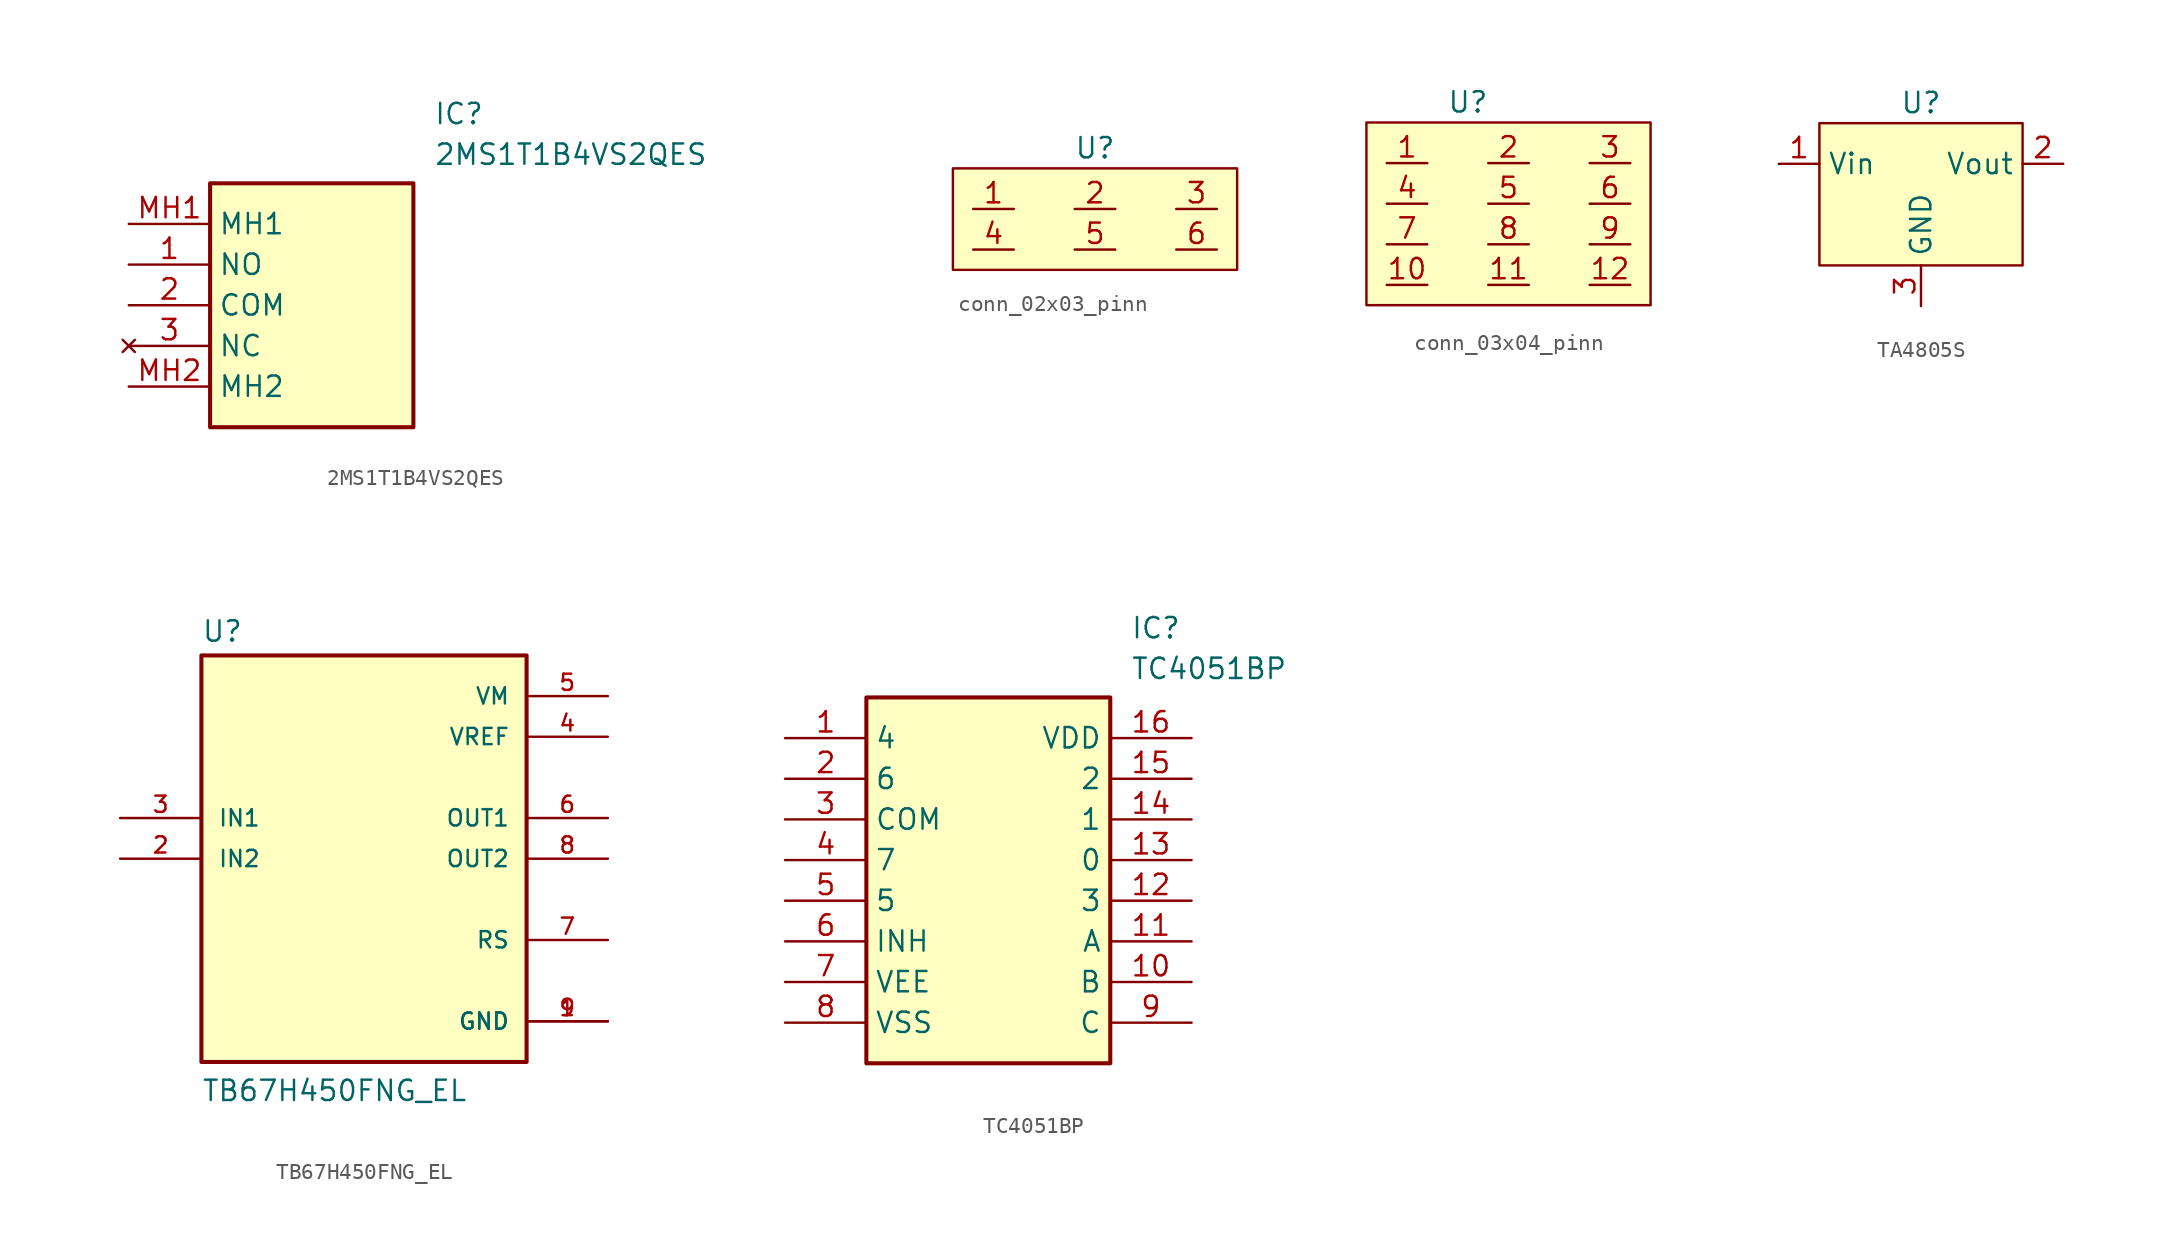
<source format=kicad_sym>
(kicad_symbol_lib
  (version 20220914)
  (generator kicad_symbol_editor)
  (symbol "2MS1T1B4VS2QES"
    (property "Reference" "IC"
      (at 19.05 7.62 0)
      (effects (font (size 1.27 1.27)) (justify left top)))
    (property "Value" "2MS1T1B4VS2QES"
      (at 19.05 5.08 0)
      (effects (font (size 1.27 1.27)) (justify left top)))
    (symbol "2MS1T1B4VS2QES_1_1"
      (rectangle (start 5.08 2.54) (end 17.78 -12.7) (stroke (width 0.254) (type default)) (fill (type background)))
      (pin passive line (at 0 -2.54 0) (length 5.08) (name "NO" (effects (font (size 1.27 1.27)))) (number "1" (effects (font (size 1.27 1.27)))))
      (pin passive line (at 0 -5.08 0) (length 5.08) (name "COM" (effects (font (size 1.27 1.27)))) (number "2" (effects (font (size 1.27 1.27)))))
      (pin no_connect line (at 0 -7.62 0) (length 5.08) (name "NC" (effects (font (size 1.27 1.27)))) (number "3" (effects (font (size 1.27 1.27)))))
      (pin passive line (at 0 0 0) (length 5.08) (name "MH1" (effects (font (size 1.27 1.27)))) (number "MH1" (effects (font (size 1.27 1.27)))))
      (pin passive line (at 0 -10.16 0) (length 5.08) (name "MH2" (effects (font (size 1.27 1.27)))) (number "MH2" (effects (font (size 1.27 1.27)))))))
  (symbol "conn_02x03_pinn"
    (property "Reference" "U"
      (at 8.89 1.27 0)
      (effects (font (size 1.27 1.27))))
    (property "Value" ""
      (at -5.08 5.08 0)
      (effects (font (size 1.27 1.27))))
    (symbol "conn_02x03_pinn_0_0"
      (pin passive line (at 1.27 -2.54 0) (length 2.54) (name "" (effects (font (size 1.27 1.27)))) (number "1" (effects (font (size 1.27 1.27)))))
      (pin passive line (at 7.62 -2.54 0) (length 2.54) (name "" (effects (font (size 1.27 1.27)))) (number "2" (effects (font (size 1.27 1.27)))))
      (pin passive line (at 13.97 -2.54 0) (length 2.54) (name "" (effects (font (size 1.27 1.27)))) (number "3" (effects (font (size 1.27 1.27)))))
      (pin passive line (at 1.27 -5.08 0) (length 2.54) (name "" (effects (font (size 1.27 1.27)))) (number "4" (effects (font (size 1.27 1.27)))))
      (pin passive line (at 7.62 -5.08 0) (length 2.54) (name "" (effects (font (size 1.27 1.27)))) (number "5" (effects (font (size 1.27 1.27)))))
      (pin passive line (at 13.97 -5.08 0) (length 2.54) (name "" (effects (font (size 1.27 1.27)))) (number "6" (effects (font (size 1.27 1.27))))))
    (symbol "conn_02x03_pinn_1_1"
      (rectangle (start 0 0) (end 17.78 -6.35) (stroke (width 0) (type default)) (fill (type background)))))
  (symbol "conn_03x04_pinn"
    (property "Reference" "U"
      (at 5.08 3.81 0)
      (effects (font (size 1.27 1.27))))
    (property "Value" ""
      (at 0 0 0)
      (effects (font (size 1.27 1.27))))
    (symbol "conn_03x04_pinn_0_0"
      (pin passive line (at 0 0 0) (length 2.54) (name "" (effects (font (size 1.27 1.27)))) (number "1" (effects (font (size 1.27 1.27)))))
      (pin passive line (at 0 -7.62 0) (length 2.54) (name "" (effects (font (size 1.27 1.27)))) (number "10" (effects (font (size 1.27 1.27)))))
      (pin open_emitter line (at 6.35 -7.62 0) (length 2.54) (name "" (effects (font (size 1.27 1.27)))) (number "11" (effects (font (size 1.27 1.27)))))
      (pin passive line (at 12.7 -7.62 0) (length 2.54) (name "" (effects (font (size 1.27 1.27)))) (number "12" (effects (font (size 1.27 1.27)))))
      (pin passive line (at 6.35 0 0) (length 2.54) (name "" (effects (font (size 1.27 1.27)))) (number "2" (effects (font (size 1.27 1.27)))))
      (pin passive line (at 12.7 0 0) (length 2.54) (name "" (effects (font (size 1.27 1.27)))) (number "3" (effects (font (size 1.27 1.27)))))
      (pin passive line (at 0 -2.54 0) (length 2.54) (name "" (effects (font (size 1.27 1.27)))) (number "4" (effects (font (size 1.27 1.27)))))
      (pin passive line (at 6.35 -2.54 0) (length 2.54) (name "" (effects (font (size 1.27 1.27)))) (number "5" (effects (font (size 1.27 1.27)))))
      (pin passive line (at 12.7 -2.54 0) (length 2.54) (name "" (effects (font (size 1.27 1.27)))) (number "6" (effects (font (size 1.27 1.27)))))
      (pin passive line (at 0 -5.08 0) (length 2.54) (name "" (effects (font (size 1.27 1.27)))) (number "7" (effects (font (size 1.27 1.27)))))
      (pin passive line (at 6.35 -5.08 0) (length 2.54) (name "" (effects (font (size 1.27 1.27)))) (number "8" (effects (font (size 1.27 1.27)))))
      (pin passive line (at 12.7 -5.08 0) (length 2.54) (name "" (effects (font (size 1.27 1.27)))) (number "9" (effects (font (size 1.27 1.27))))))
    (symbol "conn_03x04_pinn_1_1"
      (rectangle (start -1.27 2.54) (end 16.51 -8.89) (stroke (width 0) (type default)) (fill (type background)))))
  (symbol "TA4805S"
    (property "Reference" "U"
      (at 2.54 3.81 0)
      (effects (font (size 1.27 1.27))))
    (property "Value" ""
      (at 0 0 0)
      (effects (font (size 1.27 1.27))))
    (symbol "TA4805S_0_0"
      (pin passive line (at -6.35 0 0) (length 2.54) (name "Vin" (effects (font (size 1.27 1.27)))) (number "1" (effects (font (size 1.27 1.27)))))
      (pin passive line (at 11.43 0 180) (length 2.54) (name "Vout" (effects (font (size 1.27 1.27)))) (number "2" (effects (font (size 1.27 1.27)))))
      (pin passive line (at 2.54 -8.89 90) (length 2.54) (name "GND" (effects (font (size 1.27 1.27)))) (number "3" (effects (font (size 1.27 1.27))))))
    (symbol "TA4805S_1_1"
      (rectangle (start -3.81 2.54) (end 8.89 -6.35) (stroke (width 0) (type default)) (fill (type background)))))
  (symbol "TB67H450FNG_EL"
    (pin_names
      (offset 1.016))
    (property "Reference" "U"
      (at -10.16 13.462 0)
      (effects (font (size 1.27 1.27)) (justify left bottom)))
    (property "Value" "TB67H450FNG_EL"
      (at -10.16 -15.24 0)
      (effects (font (size 1.27 1.27)) (justify left bottom)))
    (symbol "TB67H450FNG_EL_0_0"
      (rectangle (start -10.16 12.7) (end 10.16 -12.7) (stroke (width 0.254) (type default)) (fill (type background)))
      (pin power_in line (at 15.24 -10.16 180) (length 5.08) (name "GND" (effects (font (size 1.016 1.016)))) (number "1" (effects (font (size 1.016 1.016)))))
      (pin input line (at -15.24 0 0) (length 5.08) (name "IN2" (effects (font (size 1.016 1.016)))) (number "2" (effects (font (size 1.016 1.016)))))
      (pin input line (at -15.24 2.54 0) (length 5.08) (name "IN1" (effects (font (size 1.016 1.016)))) (number "3" (effects (font (size 1.016 1.016)))))
      (pin power_in line (at 15.24 7.62 180) (length 5.08) (name "VREF" (effects (font (size 1.016 1.016)))) (number "4" (effects (font (size 1.016 1.016)))))
      (pin power_in line (at 15.24 10.16 180) (length 5.08) (name "VM" (effects (font (size 1.016 1.016)))) (number "5" (effects (font (size 1.016 1.016)))))
      (pin output line (at 15.24 2.54 180) (length 5.08) (name "OUT1" (effects (font (size 1.016 1.016)))) (number "6" (effects (font (size 1.016 1.016)))))
      (pin output line (at 15.24 -5.08 180) (length 5.08) (name "RS" (effects (font (size 1.016 1.016)))) (number "7" (effects (font (size 1.016 1.016)))))
      (pin output line (at 15.24 0 180) (length 5.08) (name "OUT2" (effects (font (size 1.016 1.016)))) (number "8" (effects (font (size 1.016 1.016)))))
      (pin power_in line (at 15.24 -10.16 180) (length 5.08) (name "GND" (effects (font (size 1.016 1.016)))) (number "9" (effects (font (size 1.016 1.016)))))))
  (symbol "TC4051BP"
    (property "Reference" "IC"
      (at 21.59 7.62 0)
      (effects (font (size 1.27 1.27)) (justify left top)))
    (property "Value" "TC4051BP"
      (at 21.59 5.08 0)
      (effects (font (size 1.27 1.27)) (justify left top)))
    (symbol "TC4051BP_1_1"
      (rectangle (start 5.08 2.54) (end 20.32 -20.32) (stroke (width 0.254) (type default)) (fill (type background)))
      (pin passive line (at 0 0 0) (length 5.08) (name "4" (effects (font (size 1.27 1.27)))) (number "1" (effects (font (size 1.27 1.27)))))
      (pin passive line (at 25.4 -15.24 180) (length 5.08) (name "B" (effects (font (size 1.27 1.27)))) (number "10" (effects (font (size 1.27 1.27)))))
      (pin passive line (at 25.4 -12.7 180) (length 5.08) (name "A" (effects (font (size 1.27 1.27)))) (number "11" (effects (font (size 1.27 1.27)))))
      (pin passive line (at 25.4 -10.16 180) (length 5.08) (name "3" (effects (font (size 1.27 1.27)))) (number "12" (effects (font (size 1.27 1.27)))))
      (pin passive line (at 25.4 -7.62 180) (length 5.08) (name "0" (effects (font (size 1.27 1.27)))) (number "13" (effects (font (size 1.27 1.27)))))
      (pin passive line (at 25.4 -5.08 180) (length 5.08) (name "1" (effects (font (size 1.27 1.27)))) (number "14" (effects (font (size 1.27 1.27)))))
      (pin passive line (at 25.4 -2.54 180) (length 5.08) (name "2" (effects (font (size 1.27 1.27)))) (number "15" (effects (font (size 1.27 1.27)))))
      (pin passive line (at 25.4 0 180) (length 5.08) (name "VDD" (effects (font (size 1.27 1.27)))) (number "16" (effects (font (size 1.27 1.27)))))
      (pin passive line (at 0 -2.54 0) (length 5.08) (name "6" (effects (font (size 1.27 1.27)))) (number "2" (effects (font (size 1.27 1.27)))))
      (pin passive line (at 0 -5.08 0) (length 5.08) (name "COM" (effects (font (size 1.27 1.27)))) (number "3" (effects (font (size 1.27 1.27)))))
      (pin passive line (at 0 -7.62 0) (length 5.08) (name "7" (effects (font (size 1.27 1.27)))) (number "4" (effects (font (size 1.27 1.27)))))
      (pin passive line (at 0 -10.16 0) (length 5.08) (name "5" (effects (font (size 1.27 1.27)))) (number "5" (effects (font (size 1.27 1.27)))))
      (pin passive line (at 0 -12.7 0) (length 5.08) (name "INH" (effects (font (size 1.27 1.27)))) (number "6" (effects (font (size 1.27 1.27)))))
      (pin passive line (at 0 -15.24 0) (length 5.08) (name "VEE" (effects (font (size 1.27 1.27)))) (number "7" (effects (font (size 1.27 1.27)))))
      (pin passive line (at 0 -17.78 0) (length 5.08) (name "VSS" (effects (font (size 1.27 1.27)))) (number "8" (effects (font (size 1.27 1.27)))))
      (pin passive line (at 25.4 -17.78 180) (length 5.08) (name "C" (effects (font (size 1.27 1.27)))) (number "9" (effects (font (size 1.27 1.27))))))))
</source>
